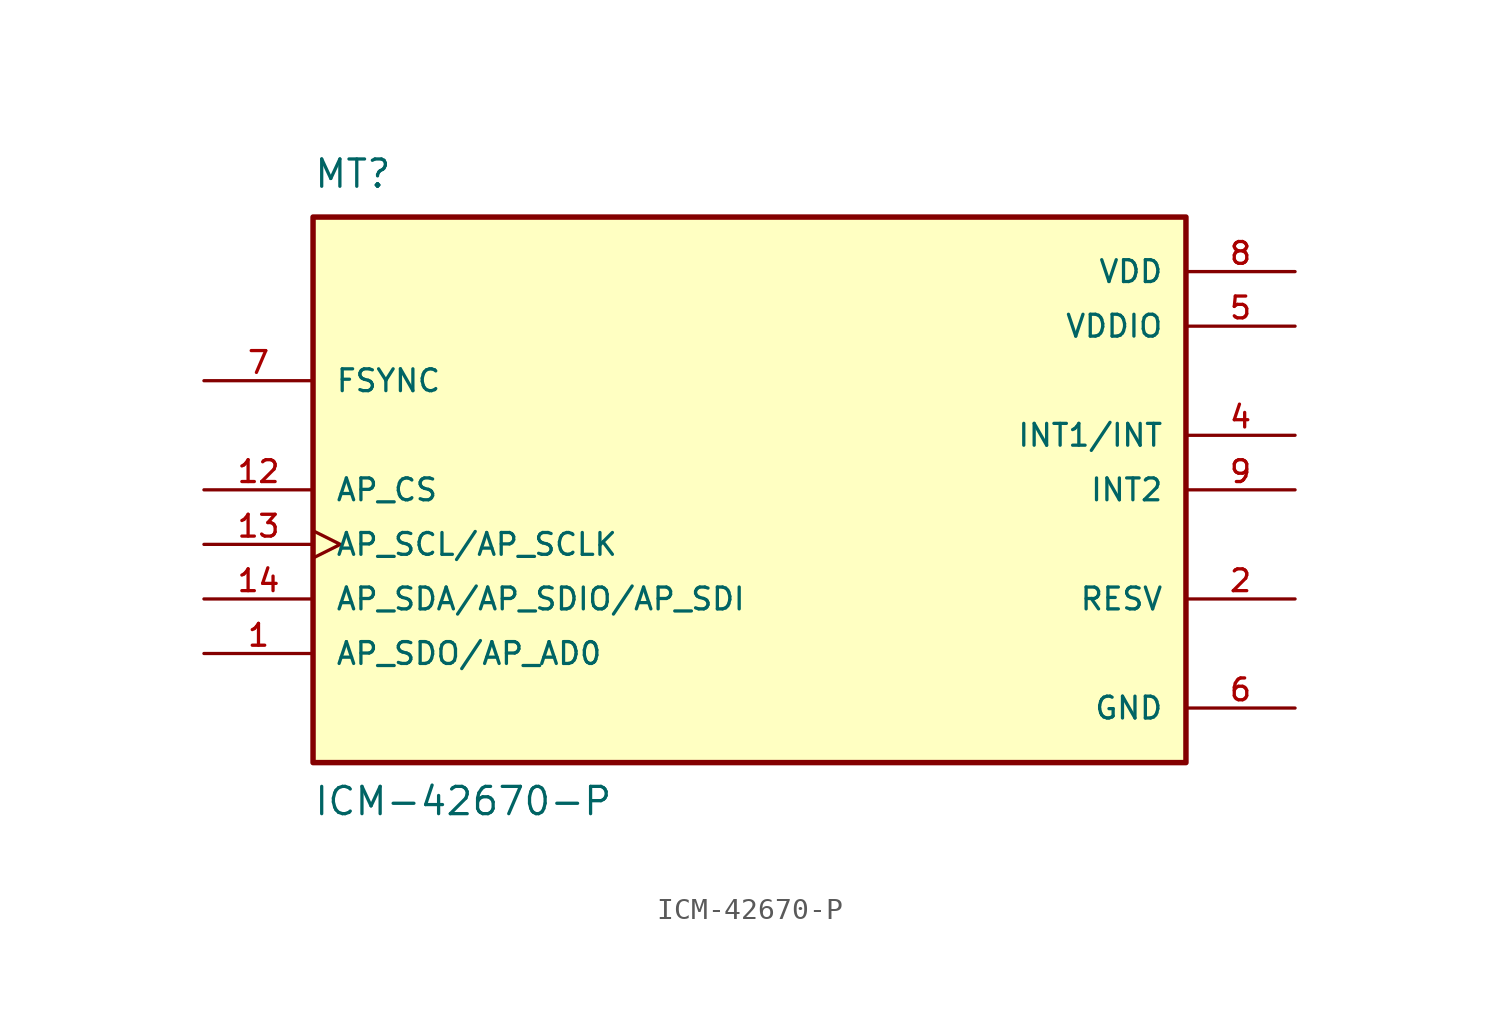
<source format=kicad_sym>
(kicad_symbol_lib
  (version 20211014)
  (generator kicad_symbol_editor)
  (symbol "ICM-42670-P"
    (pin_names
      (offset 1.016))
    (property "Reference" "MT"
      (at -20.32 13.97 0)
      (effects (font (size 1.27 1.27)) (justify bottom left)))
    (property "Value" "ICM-42670-P"
      (at -20.32 -15.24 0)
      (effects (font (size 1.27 1.27)) (justify bottom left)))
    (symbol "ICM-42670-P_0_0"
      (rectangle (start -20.32 -12.7) (end 20.32 12.7) (stroke (width 0.254)) (fill (type background)))
      (pin power_in line (at 25.4 7.62 180.0) (length 5.08) (name "VDDIO" (effects (font (size 1.016 1.016)))) (number "5" (effects (font (size 1.016 1.016)))))
      (pin power_in line (at 25.4 -10.16 180.0) (length 5.08) (name "GND" (effects (font (size 1.016 1.016)))) (number "6" (effects (font (size 1.016 1.016)))))
      (pin power_in line (at 25.4 10.16 180.0) (length 5.08) (name "VDD" (effects (font (size 1.016 1.016)))) (number "8" (effects (font (size 1.016 1.016)))))
      (pin passive line (at 25.4 -5.08 180.0) (length 5.08) (name "RESV" (effects (font (size 1.016 1.016)))) (number "2" (effects (font (size 1.016 1.016)))))
      (pin passive line (at 25.4 -5.08 180.0) (length 5.08) hide (name "RESV" (effects (font (size 1.016 1.016)))) (number "3" (effects (font (size 1.016 1.016)))))
      (pin passive line (at 25.4 -5.08 180.0) (length 5.08) hide (name "RESV" (effects (font (size 1.016 1.016)))) (number "10" (effects (font (size 1.016 1.016)))))
      (pin passive line (at 25.4 -5.08 180.0) (length 5.08) hide (name "RESV" (effects (font (size 1.016 1.016)))) (number "11" (effects (font (size 1.016 1.016)))))
      (pin bidirectional line (at -25.4 -7.62 0) (length 5.08) (name "AP_SDO/AP_AD0" (effects (font (size 1.016 1.016)))) (number "1" (effects (font (size 1.016 1.016)))))
      (pin output line (at 25.4 2.54 180.0) (length 5.08) (name "INT1/INT" (effects (font (size 1.016 1.016)))) (number "4" (effects (font (size 1.016 1.016)))))
      (pin output line (at 25.4 0.0 180.0) (length 5.08) (name "INT2" (effects (font (size 1.016 1.016)))) (number "9" (effects (font (size 1.016 1.016)))))
      (pin input line (at -25.4 0.0 0) (length 5.08) (name "AP_CS" (effects (font (size 1.016 1.016)))) (number "12" (effects (font (size 1.016 1.016)))))
      (pin input clock (at -25.4 -2.54 0) (length 5.08) (name "AP_SCL/AP_SCLK" (effects (font (size 1.016 1.016)))) (number "13" (effects (font (size 1.016 1.016)))))
      (pin bidirectional line (at -25.4 -5.08 0) (length 5.08) (name "AP_SDA/AP_SDIO/AP_SDI" (effects (font (size 1.016 1.016)))) (number "14" (effects (font (size 1.016 1.016)))))
      (pin input line (at -25.4 5.08 0) (length 5.08) (name "FSYNC" (effects (font (size 1.016 1.016)))) (number "7" (effects (font (size 1.016 1.016))))))))
</source>
